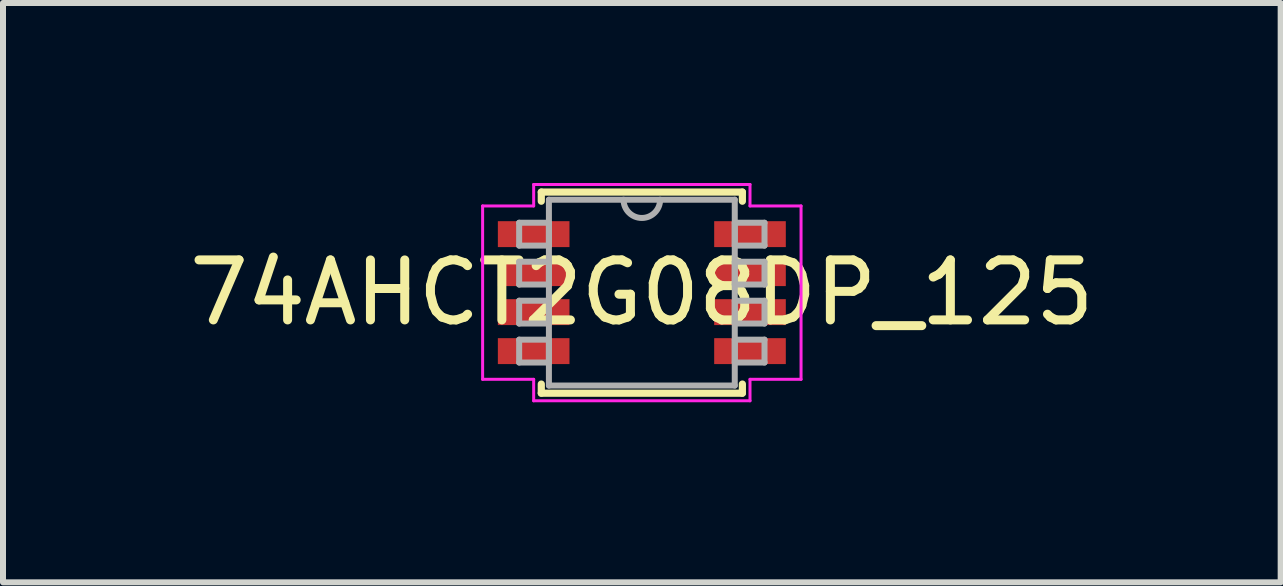
<source format=kicad_pcb>
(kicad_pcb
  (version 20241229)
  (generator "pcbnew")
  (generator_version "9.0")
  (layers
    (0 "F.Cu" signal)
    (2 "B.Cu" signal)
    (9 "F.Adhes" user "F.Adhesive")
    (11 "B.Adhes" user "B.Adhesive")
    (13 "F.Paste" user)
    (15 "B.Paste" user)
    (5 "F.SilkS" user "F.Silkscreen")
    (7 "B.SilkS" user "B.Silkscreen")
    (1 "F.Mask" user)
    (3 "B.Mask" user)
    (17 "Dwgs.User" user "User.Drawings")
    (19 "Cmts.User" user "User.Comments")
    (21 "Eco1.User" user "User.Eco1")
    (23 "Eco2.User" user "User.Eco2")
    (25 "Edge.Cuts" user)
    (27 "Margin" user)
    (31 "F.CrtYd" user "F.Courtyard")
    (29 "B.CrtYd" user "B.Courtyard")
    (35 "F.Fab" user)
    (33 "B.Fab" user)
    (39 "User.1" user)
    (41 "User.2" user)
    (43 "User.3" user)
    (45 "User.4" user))
  (footprint "74AHCT2G08DP_125"
    (layer "F.Cu")
    (at 7.649 1.828)
    (property "Reference" "74AHCT2G08DP_125" (at 0 0 0) (layer "F.SilkS") (effects (font (size 1 1) (thickness 0.15))))
    (attr smd)
    (fp_line (start -1.676 -1.676) (end -1.676 -1.524) (stroke (width 0.12) (type solid)) (layer "F.SilkS"))
    (fp_line (start -1.676 1.524) (end -1.676 1.676) (stroke (width 0.12) (type solid)) (layer "F.SilkS"))
    (fp_line (start -1.676 1.676) (end 1.676 1.676) (stroke (width 0.12) (type solid)) (layer "F.SilkS"))
    (fp_line (start 1.676 -1.676) (end -1.676 -1.676) (stroke (width 0.12) (type solid)) (layer "F.SilkS"))
    (fp_line (start 1.676 -1.524) (end 1.676 -1.676) (stroke (width 0.12) (type solid)) (layer "F.SilkS"))
    (fp_line (start 1.676 1.676) (end 1.676 1.524) (stroke (width 0.12) (type solid)) (layer "F.SilkS"))
    (fp_line (start -2.654 -1.445) (end -1.803 -1.445) (stroke (width 0.05) (type solid)) (layer "F.CrtYd"))
    (fp_line (start -2.654 1.445) (end -2.654 -1.445) (stroke (width 0.05) (type solid)) (layer "F.CrtYd"))
    (fp_line (start -2.654 1.445) (end -1.803 1.445) (stroke (width 0.05) (type solid)) (layer "F.CrtYd"))
    (fp_line (start -1.803 -1.803) (end 1.803 -1.803) (stroke (width 0.05) (type solid)) (layer "F.CrtYd"))
    (fp_line (start -1.803 -1.445) (end -1.803 -1.803) (stroke (width 0.05) (type solid)) (layer "F.CrtYd"))
    (fp_line (start -1.803 1.803) (end -1.803 1.445) (stroke (width 0.05) (type solid)) (layer "F.CrtYd"))
    (fp_line (start 1.803 -1.803) (end 1.803 -1.445) (stroke (width 0.05) (type solid)) (layer "F.CrtYd"))
    (fp_line (start 1.803 -1.445) (end 2.654 -1.445) (stroke (width 0.05) (type solid)) (layer "F.CrtYd"))
    (fp_line (start 1.803 1.445) (end 1.803 1.803) (stroke (width 0.05) (type solid)) (layer "F.CrtYd"))
    (fp_line (start 1.803 1.803) (end -1.803 1.803) (stroke (width 0.05) (type solid)) (layer "F.CrtYd"))
    (fp_line (start 2.654 -1.445) (end 2.654 1.445) (stroke (width 0.05) (type solid)) (layer "F.CrtYd"))
    (fp_line (start 2.654 1.445) (end 1.803 1.445) (stroke (width 0.05) (type solid)) (layer "F.CrtYd"))
    (fp_line (start -2.045 -1.165) (end -2.045 -0.784) (stroke (width 0.1) (type solid)) (layer "F.Fab"))
    (fp_line (start -2.045 -0.784) (end -1.549 -0.784) (stroke (width 0.1) (type solid)) (layer "F.Fab"))
    (fp_line (start -2.045 -0.515) (end -2.045 -0.135) (stroke (width 0.1) (type solid)) (layer "F.Fab"))
    (fp_line (start -2.045 -0.135) (end -1.549 -0.135) (stroke (width 0.1) (type solid)) (layer "F.Fab"))
    (fp_line (start -2.045 0.135) (end -2.045 0.515) (stroke (width 0.1) (type solid)) (layer "F.Fab"))
    (fp_line (start -2.045 0.515) (end -1.549 0.515) (stroke (width 0.1) (type solid)) (layer "F.Fab"))
    (fp_line (start -2.045 0.784) (end -2.045 1.165) (stroke (width 0.1) (type solid)) (layer "F.Fab"))
    (fp_line (start -2.045 1.165) (end -1.549 1.165) (stroke (width 0.1) (type solid)) (layer "F.Fab"))
    (fp_line (start -1.549 -1.549) (end -1.549 1.549) (stroke (width 0.1) (type solid)) (layer "F.Fab"))
    (fp_line (start -1.549 -1.165) (end -2.045 -1.165) (stroke (width 0.1) (type solid)) (layer "F.Fab"))
    (fp_line (start -1.549 -0.784) (end -1.549 -1.165) (stroke (width 0.1) (type solid)) (layer "F.Fab"))
    (fp_line (start -1.549 -0.515) (end -2.045 -0.515) (stroke (width 0.1) (type solid)) (layer "F.Fab"))
    (fp_line (start -1.549 -0.135) (end -1.549 -0.515) (stroke (width 0.1) (type solid)) (layer "F.Fab"))
    (fp_line (start -1.549 0.135) (end -2.045 0.135) (stroke (width 0.1) (type solid)) (layer "F.Fab"))
    (fp_line (start -1.549 0.515) (end -1.549 0.135) (stroke (width 0.1) (type solid)) (layer "F.Fab"))
    (fp_line (start -1.549 0.784) (end -2.045 0.784) (stroke (width 0.1) (type solid)) (layer "F.Fab"))
    (fp_line (start -1.549 1.165) (end -1.549 0.784) (stroke (width 0.1) (type solid)) (layer "F.Fab"))
    (fp_line (start -1.549 1.549) (end 1.549 1.549) (stroke (width 0.1) (type solid)) (layer "F.Fab"))
    (fp_line (start 1.549 -1.549) (end -1.549 -1.549) (stroke (width 0.1) (type solid)) (layer "F.Fab"))
    (fp_line (start 1.549 -1.165) (end 1.549 -0.784) (stroke (width 0.1) (type solid)) (layer "F.Fab"))
    (fp_line (start 1.549 -0.784) (end 2.045 -0.784) (stroke (width 0.1) (type solid)) (layer "F.Fab"))
    (fp_line (start 1.549 -0.515) (end 1.549 -0.135) (stroke (width 0.1) (type solid)) (layer "F.Fab"))
    (fp_line (start 1.549 -0.135) (end 2.045 -0.135) (stroke (width 0.1) (type solid)) (layer "F.Fab"))
    (fp_line (start 1.549 0.135) (end 1.549 0.515) (stroke (width 0.1) (type solid)) (layer "F.Fab"))
    (fp_line (start 1.549 0.515) (end 2.045 0.515) (stroke (width 0.1) (type solid)) (layer "F.Fab"))
    (fp_line (start 1.549 0.784) (end 1.549 1.165) (stroke (width 0.1) (type solid)) (layer "F.Fab"))
    (fp_line (start 1.549 1.165) (end 2.045 1.165) (stroke (width 0.1) (type solid)) (layer "F.Fab"))
    (fp_line (start 1.549 1.549) (end 1.549 -1.549) (stroke (width 0.1) (type solid)) (layer "F.Fab"))
    (fp_line (start 2.045 -1.165) (end 1.549 -1.165) (stroke (width 0.1) (type solid)) (layer "F.Fab"))
    (fp_line (start 2.045 -0.784) (end 2.045 -1.165) (stroke (width 0.1) (type solid)) (layer "F.Fab"))
    (fp_line (start 2.045 -0.515) (end 1.549 -0.515) (stroke (width 0.1) (type solid)) (layer "F.Fab"))
    (fp_line (start 2.045 -0.135) (end 2.045 -0.515) (stroke (width 0.1) (type solid)) (layer "F.Fab"))
    (fp_line (start 2.045 0.135) (end 1.549 0.135) (stroke (width 0.1) (type solid)) (layer "F.Fab"))
    (fp_line (start 2.045 0.515) (end 2.045 0.135) (stroke (width 0.1) (type solid)) (layer "F.Fab"))
    (fp_line (start 2.045 0.784) (end 1.549 0.784) (stroke (width 0.1) (type solid)) (layer "F.Fab"))
    (fp_line (start 2.045 1.165) (end 2.045 0.784) (stroke (width 0.1) (type solid)) (layer "F.Fab"))
    (fp_arc (start 0.3048 -1.5494) (mid 0 -1.2446) (end -0.3048 -1.5494) (stroke (width 0.1) (type solid)) (layer "F.Fab"))
    (pad "1" smd rect (at -1.803 -0.975) (size 1.194 0.432) (layers "F.Cu" "F.Mask" "F.Paste"))
    (pad "2" smd rect (at -1.803 -0.325) (size 1.194 0.432) (layers "F.Cu" "F.Mask" "F.Paste"))
    (pad "3" smd rect (at -1.803 0.325) (size 1.194 0.432) (layers "F.Cu" "F.Mask" "F.Paste"))
    (pad "4" smd rect (at -1.803 0.975) (size 1.194 0.432) (layers "F.Cu" "F.Mask" "F.Paste"))
    (pad "5" smd rect (at 1.803 0.975) (size 1.194 0.432) (layers "F.Cu" "F.Mask" "F.Paste"))
    (pad "6" smd rect (at 1.803 0.325) (size 1.194 0.432) (layers "F.Cu" "F.Mask" "F.Paste"))
    (pad "7" smd rect (at 1.803 -0.325) (size 1.194 0.432) (layers "F.Cu" "F.Mask" "F.Paste"))
    (pad "8" smd rect (at 1.803 -0.975) (size 1.194 0.432) (layers "F.Cu" "F.Mask" "F.Paste")))
  (gr_rect
    (start -3 -3)
    (end 18.298 6.657)
    (stroke (width 0.1) (type default))
    (fill no)
    (layer "Edge.Cuts")))
</source>
